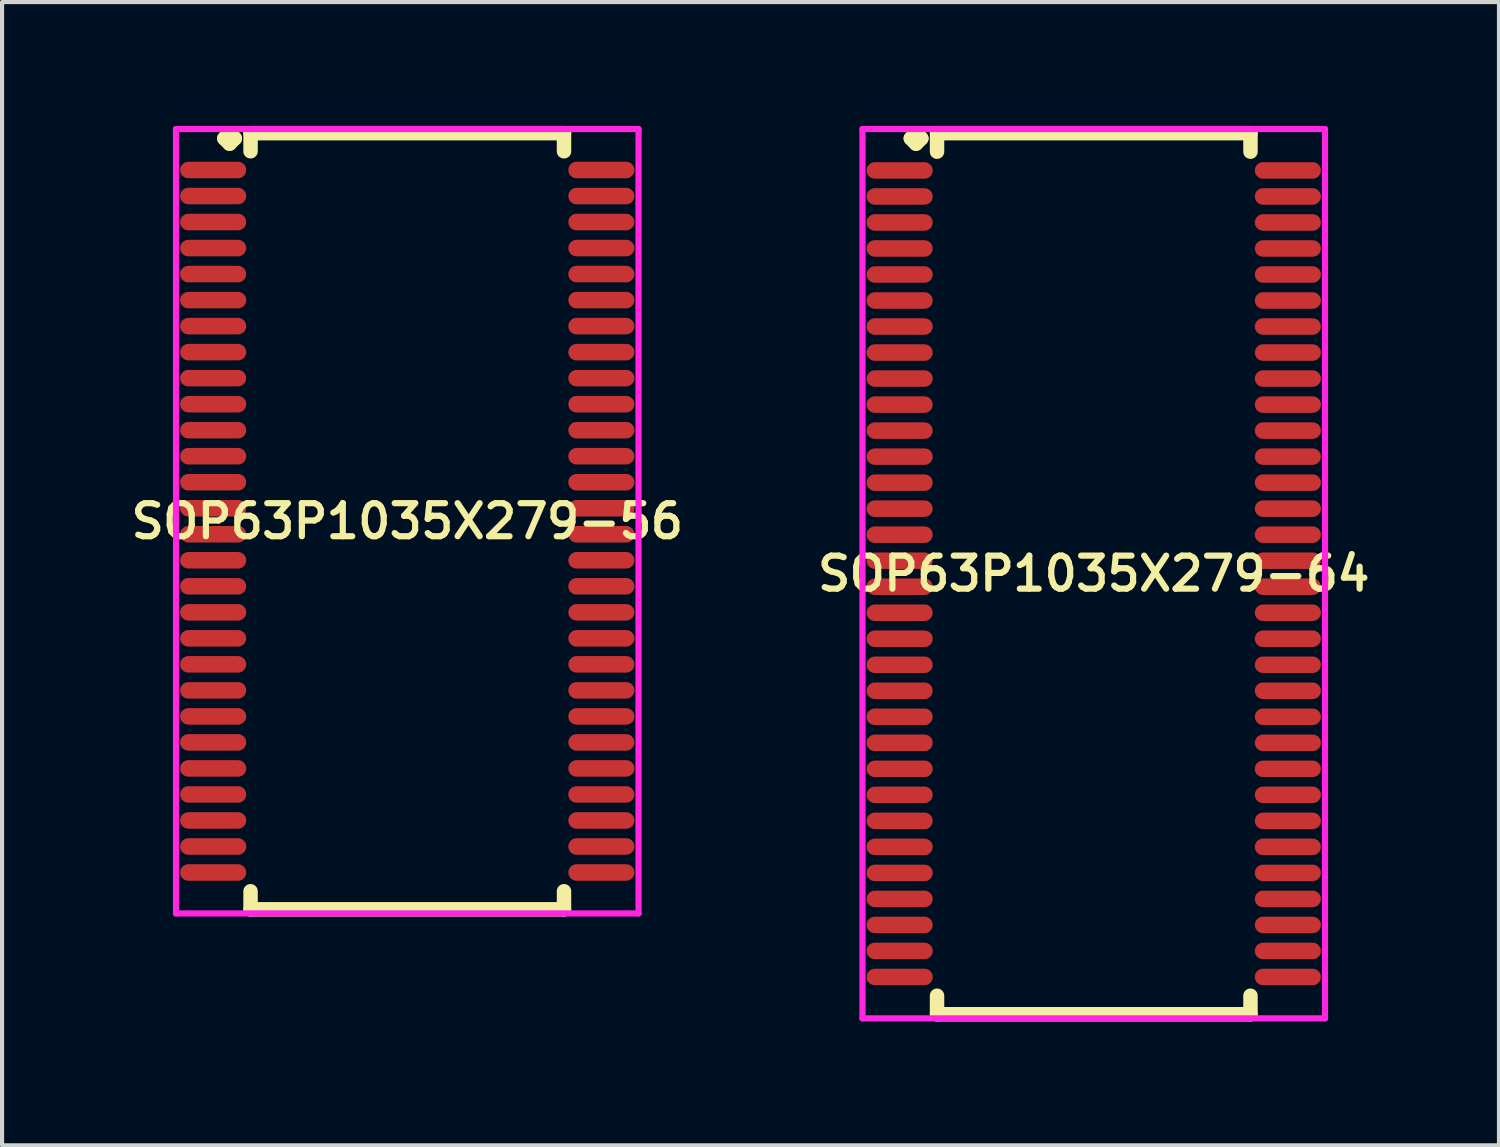
<source format=kicad_pcb>
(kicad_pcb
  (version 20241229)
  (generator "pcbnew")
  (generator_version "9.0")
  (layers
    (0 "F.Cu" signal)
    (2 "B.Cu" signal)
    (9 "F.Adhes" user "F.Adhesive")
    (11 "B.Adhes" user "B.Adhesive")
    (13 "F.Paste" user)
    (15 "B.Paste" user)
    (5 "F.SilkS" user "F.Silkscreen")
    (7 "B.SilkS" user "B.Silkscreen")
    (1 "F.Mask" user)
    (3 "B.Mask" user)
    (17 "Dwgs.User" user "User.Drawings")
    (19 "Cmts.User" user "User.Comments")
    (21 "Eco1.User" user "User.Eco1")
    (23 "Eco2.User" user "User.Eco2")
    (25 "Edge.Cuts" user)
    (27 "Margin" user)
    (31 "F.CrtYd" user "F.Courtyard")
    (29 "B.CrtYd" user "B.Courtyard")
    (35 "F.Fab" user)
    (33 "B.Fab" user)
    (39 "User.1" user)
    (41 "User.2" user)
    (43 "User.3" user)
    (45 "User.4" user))
  (footprint "SOP63P1035X279-64"
    (layer "F.Cu")
    (at 23.435 10.842)
    (property "Reference" "SOP63P1035X279-64" (at 0 0 0) (layer "F.SilkS") (effects (font (size 0.8 0.8) (thickness 0.15))))
    (attr smd)
    (fp_line (start -4.43 -10.54) (end -4.303 -10.667) (stroke (width 0.35) (type solid)) (layer "F.SilkS"))
    (fp_line (start -4.303 -10.667) (end -4.176 -10.54) (stroke (width 0.35) (type solid)) (layer "F.SilkS"))
    (fp_line (start -4.303 -10.413) (end -4.43 -10.54) (stroke (width 0.35) (type solid)) (layer "F.SilkS"))
    (fp_line (start -4.176 -10.54) (end -4.303 -10.413) (stroke (width 0.35) (type solid)) (layer "F.SilkS"))
    (fp_line (start -3.795 -10.667) (end 3.795 -10.667) (stroke (width 0.35) (type solid)) (layer "F.SilkS"))
    (fp_line (start -3.795 -10.219) (end -3.795 -10.667) (stroke (width 0.35) (type solid)) (layer "F.SilkS"))
    (fp_line (start -3.795 10.219) (end -3.795 10.667) (stroke (width 0.35) (type solid)) (layer "F.SilkS"))
    (fp_line (start -3.795 10.667) (end 3.795 10.667) (stroke (width 0.35) (type solid)) (layer "F.SilkS"))
    (fp_line (start 3.795 -10.667) (end 3.795 -10.219) (stroke (width 0.35) (type solid)) (layer "F.SilkS"))
    (fp_line (start 3.795 10.667) (end 3.795 10.219) (stroke (width 0.35) (type solid)) (layer "F.SilkS"))
    (fp_line (start -5.6 -10.767) (end 5.6 -10.767) (stroke (width 0.15) (type solid)) (layer "F.CrtYd"))
    (fp_line (start -5.6 10.767) (end -5.6 -10.767) (stroke (width 0.15) (type solid)) (layer "F.CrtYd"))
    (fp_line (start 5.6 -10.767) (end 5.6 10.767) (stroke (width 0.15) (type solid)) (layer "F.CrtYd"))
    (fp_line (start 5.6 10.767) (end -5.6 10.767) (stroke (width 0.15) (type solid)) (layer "F.CrtYd"))
    (pad "1" smd oval (at -4.7 -9.765) (size 1.6 0.4) (layers "F.Cu" "F.Mask" "F.Paste"))
    (pad "2" smd oval (at -4.7 -9.135) (size 1.6 0.4) (layers "F.Cu" "F.Mask" "F.Paste"))
    (pad "3" smd oval (at -4.7 -8.505) (size 1.6 0.4) (layers "F.Cu" "F.Mask" "F.Paste"))
    (pad "4" smd oval (at -4.7 -7.875) (size 1.6 0.4) (layers "F.Cu" "F.Mask" "F.Paste"))
    (pad "5" smd oval (at -4.7 -7.245) (size 1.6 0.4) (layers "F.Cu" "F.Mask" "F.Paste"))
    (pad "6" smd oval (at -4.7 -6.615) (size 1.6 0.4) (layers "F.Cu" "F.Mask" "F.Paste"))
    (pad "7" smd oval (at -4.7 -5.985) (size 1.6 0.4) (layers "F.Cu" "F.Mask" "F.Paste"))
    (pad "8" smd oval (at -4.7 -5.355) (size 1.6 0.4) (layers "F.Cu" "F.Mask" "F.Paste"))
    (pad "9" smd oval (at -4.7 -4.725) (size 1.6 0.4) (layers "F.Cu" "F.Mask" "F.Paste"))
    (pad "10" smd oval (at -4.7 -4.095) (size 1.6 0.4) (layers "F.Cu" "F.Mask" "F.Paste"))
    (pad "11" smd oval (at -4.7 -3.465) (size 1.6 0.4) (layers "F.Cu" "F.Mask" "F.Paste"))
    (pad "12" smd oval (at -4.7 -2.835) (size 1.6 0.4) (layers "F.Cu" "F.Mask" "F.Paste"))
    (pad "13" smd oval (at -4.7 -2.205) (size 1.6 0.4) (layers "F.Cu" "F.Mask" "F.Paste"))
    (pad "14" smd oval (at -4.7 -1.575) (size 1.6 0.4) (layers "F.Cu" "F.Mask" "F.Paste"))
    (pad "15" smd oval (at -4.7 -0.945) (size 1.6 0.4) (layers "F.Cu" "F.Mask" "F.Paste"))
    (pad "16" smd oval (at -4.7 -0.315) (size 1.6 0.4) (layers "F.Cu" "F.Mask" "F.Paste"))
    (pad "17" smd oval (at -4.7 0.315) (size 1.6 0.4) (layers "F.Cu" "F.Mask" "F.Paste"))
    (pad "18" smd oval (at -4.7 0.945) (size 1.6 0.4) (layers "F.Cu" "F.Mask" "F.Paste"))
    (pad "19" smd oval (at -4.7 1.575) (size 1.6 0.4) (layers "F.Cu" "F.Mask" "F.Paste"))
    (pad "20" smd oval (at -4.7 2.205) (size 1.6 0.4) (layers "F.Cu" "F.Mask" "F.Paste"))
    (pad "21" smd oval (at -4.7 2.835) (size 1.6 0.4) (layers "F.Cu" "F.Mask" "F.Paste"))
    (pad "22" smd oval (at -4.7 3.465) (size 1.6 0.4) (layers "F.Cu" "F.Mask" "F.Paste"))
    (pad "23" smd oval (at -4.7 4.095) (size 1.6 0.4) (layers "F.Cu" "F.Mask" "F.Paste"))
    (pad "24" smd oval (at -4.7 4.725) (size 1.6 0.4) (layers "F.Cu" "F.Mask" "F.Paste"))
    (pad "25" smd oval (at -4.7 5.355) (size 1.6 0.4) (layers "F.Cu" "F.Mask" "F.Paste"))
    (pad "26" smd oval (at -4.7 5.985) (size 1.6 0.4) (layers "F.Cu" "F.Mask" "F.Paste"))
    (pad "27" smd oval (at -4.7 6.615) (size 1.6 0.4) (layers "F.Cu" "F.Mask" "F.Paste"))
    (pad "28" smd oval (at -4.7 7.245) (size 1.6 0.4) (layers "F.Cu" "F.Mask" "F.Paste"))
    (pad "29" smd oval (at -4.7 7.875) (size 1.6 0.4) (layers "F.Cu" "F.Mask" "F.Paste"))
    (pad "30" smd oval (at -4.7 8.505) (size 1.6 0.4) (layers "F.Cu" "F.Mask" "F.Paste"))
    (pad "31" smd oval (at -4.7 9.135) (size 1.6 0.4) (layers "F.Cu" "F.Mask" "F.Paste"))
    (pad "32" smd oval (at -4.7 9.765) (size 1.6 0.4) (layers "F.Cu" "F.Mask" "F.Paste"))
    (pad "33" smd oval (at 4.7 9.765) (size 1.6 0.4) (layers "F.Cu" "F.Mask" "F.Paste"))
    (pad "34" smd oval (at 4.7 9.135) (size 1.6 0.4) (layers "F.Cu" "F.Mask" "F.Paste"))
    (pad "35" smd oval (at 4.7 8.505) (size 1.6 0.4) (layers "F.Cu" "F.Mask" "F.Paste"))
    (pad "36" smd oval (at 4.7 7.875) (size 1.6 0.4) (layers "F.Cu" "F.Mask" "F.Paste"))
    (pad "37" smd oval (at 4.7 7.245) (size 1.6 0.4) (layers "F.Cu" "F.Mask" "F.Paste"))
    (pad "38" smd oval (at 4.7 6.615) (size 1.6 0.4) (layers "F.Cu" "F.Mask" "F.Paste"))
    (pad "39" smd oval (at 4.7 5.985) (size 1.6 0.4) (layers "F.Cu" "F.Mask" "F.Paste"))
    (pad "40" smd oval (at 4.7 5.355) (size 1.6 0.4) (layers "F.Cu" "F.Mask" "F.Paste"))
    (pad "41" smd oval (at 4.7 4.725) (size 1.6 0.4) (layers "F.Cu" "F.Mask" "F.Paste"))
    (pad "42" smd oval (at 4.7 4.095) (size 1.6 0.4) (layers "F.Cu" "F.Mask" "F.Paste"))
    (pad "43" smd oval (at 4.7 3.465) (size 1.6 0.4) (layers "F.Cu" "F.Mask" "F.Paste"))
    (pad "44" smd oval (at 4.7 2.835) (size 1.6 0.4) (layers "F.Cu" "F.Mask" "F.Paste"))
    (pad "45" smd oval (at 4.7 2.205) (size 1.6 0.4) (layers "F.Cu" "F.Mask" "F.Paste"))
    (pad "46" smd oval (at 4.7 1.575) (size 1.6 0.4) (layers "F.Cu" "F.Mask" "F.Paste"))
    (pad "47" smd oval (at 4.7 0.945) (size 1.6 0.4) (layers "F.Cu" "F.Mask" "F.Paste"))
    (pad "48" smd oval (at 4.7 0.315) (size 1.6 0.4) (layers "F.Cu" "F.Mask" "F.Paste"))
    (pad "49" smd oval (at 4.7 -0.315) (size 1.6 0.4) (layers "F.Cu" "F.Mask" "F.Paste"))
    (pad "50" smd oval (at 4.7 -0.945) (size 1.6 0.4) (layers "F.Cu" "F.Mask" "F.Paste"))
    (pad "51" smd oval (at 4.7 -1.575) (size 1.6 0.4) (layers "F.Cu" "F.Mask" "F.Paste"))
    (pad "52" smd oval (at 4.7 -2.205) (size 1.6 0.4) (layers "F.Cu" "F.Mask" "F.Paste"))
    (pad "53" smd oval (at 4.7 -2.835) (size 1.6 0.4) (layers "F.Cu" "F.Mask" "F.Paste"))
    (pad "54" smd oval (at 4.7 -3.465) (size 1.6 0.4) (layers "F.Cu" "F.Mask" "F.Paste"))
    (pad "55" smd oval (at 4.7 -4.095) (size 1.6 0.4) (layers "F.Cu" "F.Mask" "F.Paste"))
    (pad "56" smd oval (at 4.7 -4.725) (size 1.6 0.4) (layers "F.Cu" "F.Mask" "F.Paste"))
    (pad "57" smd oval (at 4.7 -5.355) (size 1.6 0.4) (layers "F.Cu" "F.Mask" "F.Paste"))
    (pad "58" smd oval (at 4.7 -5.985) (size 1.6 0.4) (layers "F.Cu" "F.Mask" "F.Paste"))
    (pad "59" smd oval (at 4.7 -6.615) (size 1.6 0.4) (layers "F.Cu" "F.Mask" "F.Paste"))
    (pad "60" smd oval (at 4.7 -7.245) (size 1.6 0.4) (layers "F.Cu" "F.Mask" "F.Paste"))
    (pad "61" smd oval (at 4.7 -7.875) (size 1.6 0.4) (layers "F.Cu" "F.Mask" "F.Paste"))
    (pad "62" smd oval (at 4.7 -8.505) (size 1.6 0.4) (layers "F.Cu" "F.Mask" "F.Paste"))
    (pad "63" smd oval (at 4.7 -9.135) (size 1.6 0.4) (layers "F.Cu" "F.Mask" "F.Paste"))
    (pad "64" smd oval (at 4.7 -9.765) (size 1.6 0.4) (layers "F.Cu" "F.Mask" "F.Paste")))
  (footprint "SOP63P1035X279-56"
    (layer "F.Cu")
    (at 6.812 9.572)
    (property "Reference" "SOP63P1035X279-56" (at 0 0 0) (layer "F.SilkS") (effects (font (size 0.8 0.8) (thickness 0.15))))
    (attr smd)
    (fp_line (start -4.43 -9.27) (end -4.303 -9.397) (stroke (width 0.35) (type solid)) (layer "F.SilkS"))
    (fp_line (start -4.303 -9.397) (end -4.176 -9.27) (stroke (width 0.35) (type solid)) (layer "F.SilkS"))
    (fp_line (start -4.303 -9.143) (end -4.43 -9.27) (stroke (width 0.35) (type solid)) (layer "F.SilkS"))
    (fp_line (start -4.176 -9.27) (end -4.303 -9.143) (stroke (width 0.35) (type solid)) (layer "F.SilkS"))
    (fp_line (start -3.795 -9.397) (end 3.795 -9.397) (stroke (width 0.35) (type solid)) (layer "F.SilkS"))
    (fp_line (start -3.795 -8.959) (end -3.795 -9.397) (stroke (width 0.35) (type solid)) (layer "F.SilkS"))
    (fp_line (start -3.795 8.959) (end -3.795 9.397) (stroke (width 0.35) (type solid)) (layer "F.SilkS"))
    (fp_line (start -3.795 9.397) (end 3.795 9.397) (stroke (width 0.35) (type solid)) (layer "F.SilkS"))
    (fp_line (start 3.795 -9.397) (end 3.795 -8.959) (stroke (width 0.35) (type solid)) (layer "F.SilkS"))
    (fp_line (start 3.795 9.397) (end 3.795 8.959) (stroke (width 0.35) (type solid)) (layer "F.SilkS"))
    (fp_line (start -5.6 -9.497) (end 5.6 -9.497) (stroke (width 0.15) (type solid)) (layer "F.CrtYd"))
    (fp_line (start -5.6 9.497) (end -5.6 -9.497) (stroke (width 0.15) (type solid)) (layer "F.CrtYd"))
    (fp_line (start 5.6 -9.497) (end 5.6 9.497) (stroke (width 0.15) (type solid)) (layer "F.CrtYd"))
    (fp_line (start 5.6 9.497) (end -5.6 9.497) (stroke (width 0.15) (type solid)) (layer "F.CrtYd"))
    (pad "1" smd oval (at -4.7 -8.505) (size 1.6 0.4) (layers "F.Cu" "F.Mask" "F.Paste"))
    (pad "2" smd oval (at -4.7 -7.875) (size 1.6 0.4) (layers "F.Cu" "F.Mask" "F.Paste"))
    (pad "3" smd oval (at -4.7 -7.245) (size 1.6 0.4) (layers "F.Cu" "F.Mask" "F.Paste"))
    (pad "4" smd oval (at -4.7 -6.615) (size 1.6 0.4) (layers "F.Cu" "F.Mask" "F.Paste"))
    (pad "5" smd oval (at -4.7 -5.985) (size 1.6 0.4) (layers "F.Cu" "F.Mask" "F.Paste"))
    (pad "6" smd oval (at -4.7 -5.355) (size 1.6 0.4) (layers "F.Cu" "F.Mask" "F.Paste"))
    (pad "7" smd oval (at -4.7 -4.725) (size 1.6 0.4) (layers "F.Cu" "F.Mask" "F.Paste"))
    (pad "8" smd oval (at -4.7 -4.095) (size 1.6 0.4) (layers "F.Cu" "F.Mask" "F.Paste"))
    (pad "9" smd oval (at -4.7 -3.465) (size 1.6 0.4) (layers "F.Cu" "F.Mask" "F.Paste"))
    (pad "10" smd oval (at -4.7 -2.835) (size 1.6 0.4) (layers "F.Cu" "F.Mask" "F.Paste"))
    (pad "11" smd oval (at -4.7 -2.205) (size 1.6 0.4) (layers "F.Cu" "F.Mask" "F.Paste"))
    (pad "12" smd oval (at -4.7 -1.575) (size 1.6 0.4) (layers "F.Cu" "F.Mask" "F.Paste"))
    (pad "13" smd oval (at -4.7 -0.945) (size 1.6 0.4) (layers "F.Cu" "F.Mask" "F.Paste"))
    (pad "14" smd oval (at -4.7 -0.315) (size 1.6 0.4) (layers "F.Cu" "F.Mask" "F.Paste"))
    (pad "15" smd oval (at -4.7 0.315) (size 1.6 0.4) (layers "F.Cu" "F.Mask" "F.Paste"))
    (pad "16" smd oval (at -4.7 0.945) (size 1.6 0.4) (layers "F.Cu" "F.Mask" "F.Paste"))
    (pad "17" smd oval (at -4.7 1.575) (size 1.6 0.4) (layers "F.Cu" "F.Mask" "F.Paste"))
    (pad "18" smd oval (at -4.7 2.205) (size 1.6 0.4) (layers "F.Cu" "F.Mask" "F.Paste"))
    (pad "19" smd oval (at -4.7 2.835) (size 1.6 0.4) (layers "F.Cu" "F.Mask" "F.Paste"))
    (pad "20" smd oval (at -4.7 3.465) (size 1.6 0.4) (layers "F.Cu" "F.Mask" "F.Paste"))
    (pad "21" smd oval (at -4.7 4.095) (size 1.6 0.4) (layers "F.Cu" "F.Mask" "F.Paste"))
    (pad "22" smd oval (at -4.7 4.725) (size 1.6 0.4) (layers "F.Cu" "F.Mask" "F.Paste"))
    (pad "23" smd oval (at -4.7 5.355) (size 1.6 0.4) (layers "F.Cu" "F.Mask" "F.Paste"))
    (pad "24" smd oval (at -4.7 5.985) (size 1.6 0.4) (layers "F.Cu" "F.Mask" "F.Paste"))
    (pad "25" smd oval (at -4.7 6.615) (size 1.6 0.4) (layers "F.Cu" "F.Mask" "F.Paste"))
    (pad "26" smd oval (at -4.7 7.245) (size 1.6 0.4) (layers "F.Cu" "F.Mask" "F.Paste"))
    (pad "27" smd oval (at -4.7 7.875) (size 1.6 0.4) (layers "F.Cu" "F.Mask" "F.Paste"))
    (pad "28" smd oval (at -4.7 8.505) (size 1.6 0.4) (layers "F.Cu" "F.Mask" "F.Paste"))
    (pad "29" smd oval (at 4.7 8.505) (size 1.6 0.4) (layers "F.Cu" "F.Mask" "F.Paste"))
    (pad "30" smd oval (at 4.7 7.875) (size 1.6 0.4) (layers "F.Cu" "F.Mask" "F.Paste"))
    (pad "31" smd oval (at 4.7 7.245) (size 1.6 0.4) (layers "F.Cu" "F.Mask" "F.Paste"))
    (pad "32" smd oval (at 4.7 6.615) (size 1.6 0.4) (layers "F.Cu" "F.Mask" "F.Paste"))
    (pad "33" smd oval (at 4.7 5.985) (size 1.6 0.4) (layers "F.Cu" "F.Mask" "F.Paste"))
    (pad "34" smd oval (at 4.7 5.355) (size 1.6 0.4) (layers "F.Cu" "F.Mask" "F.Paste"))
    (pad "35" smd oval (at 4.7 4.725) (size 1.6 0.4) (layers "F.Cu" "F.Mask" "F.Paste"))
    (pad "36" smd oval (at 4.7 4.095) (size 1.6 0.4) (layers "F.Cu" "F.Mask" "F.Paste"))
    (pad "37" smd oval (at 4.7 3.465) (size 1.6 0.4) (layers "F.Cu" "F.Mask" "F.Paste"))
    (pad "38" smd oval (at 4.7 2.835) (size 1.6 0.4) (layers "F.Cu" "F.Mask" "F.Paste"))
    (pad "39" smd oval (at 4.7 2.205) (size 1.6 0.4) (layers "F.Cu" "F.Mask" "F.Paste"))
    (pad "40" smd oval (at 4.7 1.575) (size 1.6 0.4) (layers "F.Cu" "F.Mask" "F.Paste"))
    (pad "41" smd oval (at 4.7 0.945) (size 1.6 0.4) (layers "F.Cu" "F.Mask" "F.Paste"))
    (pad "42" smd oval (at 4.7 0.315) (size 1.6 0.4) (layers "F.Cu" "F.Mask" "F.Paste"))
    (pad "43" smd oval (at 4.7 -0.315) (size 1.6 0.4) (layers "F.Cu" "F.Mask" "F.Paste"))
    (pad "44" smd oval (at 4.7 -0.945) (size 1.6 0.4) (layers "F.Cu" "F.Mask" "F.Paste"))
    (pad "45" smd oval (at 4.7 -1.575) (size 1.6 0.4) (layers "F.Cu" "F.Mask" "F.Paste"))
    (pad "46" smd oval (at 4.7 -2.205) (size 1.6 0.4) (layers "F.Cu" "F.Mask" "F.Paste"))
    (pad "47" smd oval (at 4.7 -2.835) (size 1.6 0.4) (layers "F.Cu" "F.Mask" "F.Paste"))
    (pad "48" smd oval (at 4.7 -3.465) (size 1.6 0.4) (layers "F.Cu" "F.Mask" "F.Paste"))
    (pad "49" smd oval (at 4.7 -4.095) (size 1.6 0.4) (layers "F.Cu" "F.Mask" "F.Paste"))
    (pad "50" smd oval (at 4.7 -4.725) (size 1.6 0.4) (layers "F.Cu" "F.Mask" "F.Paste"))
    (pad "51" smd oval (at 4.7 -5.355) (size 1.6 0.4) (layers "F.Cu" "F.Mask" "F.Paste"))
    (pad "52" smd oval (at 4.7 -5.985) (size 1.6 0.4) (layers "F.Cu" "F.Mask" "F.Paste"))
    (pad "53" smd oval (at 4.7 -6.615) (size 1.6 0.4) (layers "F.Cu" "F.Mask" "F.Paste"))
    (pad "54" smd oval (at 4.7 -7.245) (size 1.6 0.4) (layers "F.Cu" "F.Mask" "F.Paste"))
    (pad "55" smd oval (at 4.7 -7.875) (size 1.6 0.4) (layers "F.Cu" "F.Mask" "F.Paste"))
    (pad "56" smd oval (at 4.7 -8.505) (size 1.6 0.4) (layers "F.Cu" "F.Mask" "F.Paste")))
  (gr_rect
    (start -3 -3)
    (end 33.247 24.684)
    (stroke (width 0.1) (type default))
    (fill no)
    (layer "Edge.Cuts")))
</source>
